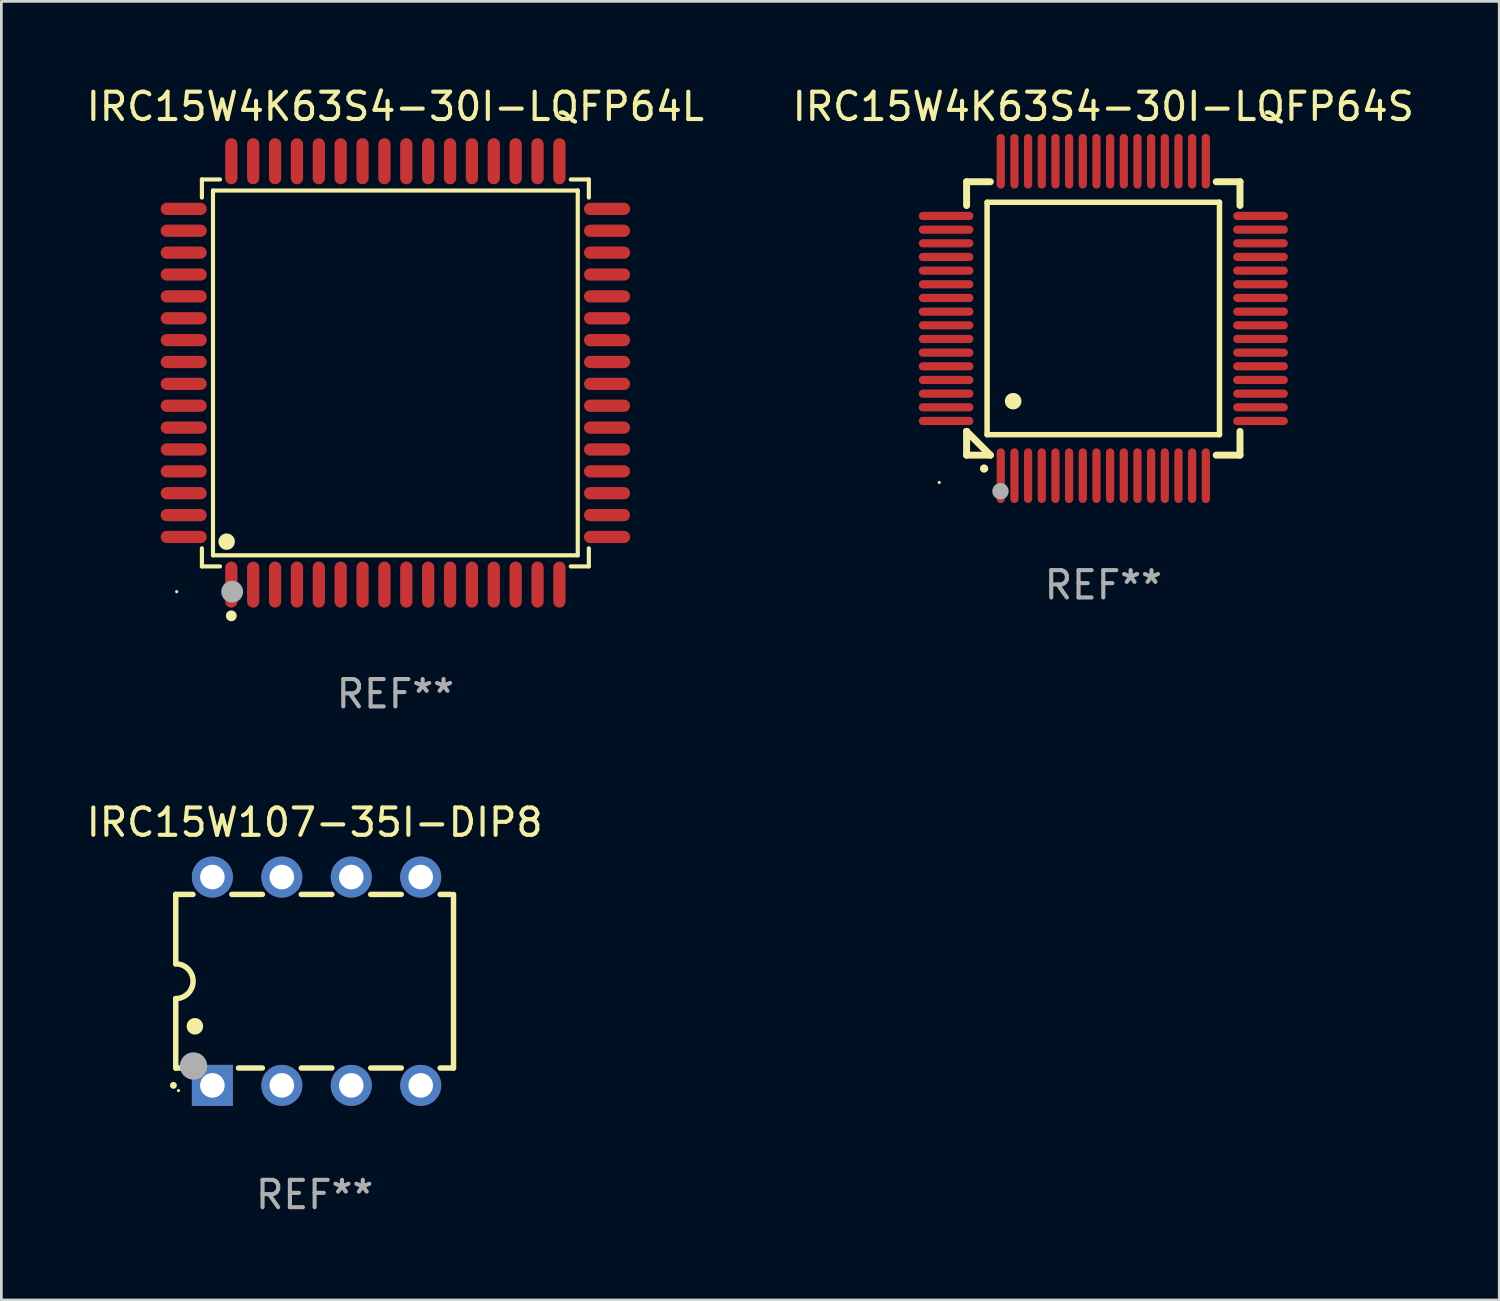
<source format=kicad_pcb>
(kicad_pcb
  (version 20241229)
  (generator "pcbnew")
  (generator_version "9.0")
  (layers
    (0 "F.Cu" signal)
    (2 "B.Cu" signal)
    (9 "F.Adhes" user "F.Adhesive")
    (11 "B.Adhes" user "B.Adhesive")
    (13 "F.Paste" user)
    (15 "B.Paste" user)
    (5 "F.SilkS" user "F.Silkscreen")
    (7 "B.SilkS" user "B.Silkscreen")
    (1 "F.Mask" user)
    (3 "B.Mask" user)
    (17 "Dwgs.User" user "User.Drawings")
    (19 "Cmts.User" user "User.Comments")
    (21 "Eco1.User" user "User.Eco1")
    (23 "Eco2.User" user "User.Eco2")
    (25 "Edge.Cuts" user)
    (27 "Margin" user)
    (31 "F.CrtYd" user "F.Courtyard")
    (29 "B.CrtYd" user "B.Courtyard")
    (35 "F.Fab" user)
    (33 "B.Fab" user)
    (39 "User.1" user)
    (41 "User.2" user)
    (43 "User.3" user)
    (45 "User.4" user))
  (footprint "IRC15W4K63S4-30I-LQFP64S"
    (layer "F.Cu")
    (at 37.304 8.598)
    (property "Reference" "IRC15W4K63S4-30I-LQFP64S" (at 0 -7.75 0) (layer "F.SilkS") (effects (font (size 1 1) (thickness 0.15))))
    (attr through_hole)
    (fp_line (start -5 -5) (end -4.131 -5) (stroke (width 0.254) (type solid)) (layer "F.SilkS"))
    (fp_line (start -5 -4.131) (end -5 -5) (stroke (width 0.254) (type solid)) (layer "F.SilkS"))
    (fp_line (start -5 4.131) (end -5 4.131) (stroke (width 0.254) (type solid)) (layer "F.SilkS"))
    (fp_line (start -5 5) (end -5 4.131) (stroke (width 0.254) (type solid)) (layer "F.SilkS"))
    (fp_line (start -5 4.131) (end -4.131 5) (stroke (width 0.254) (type solid)) (layer "F.SilkS"))
    (fp_line (start -4.25 -4.25) (end -4.25 4.25) (stroke (width 0.2) (type solid)) (layer "F.SilkS"))
    (fp_line (start -4.25 4.25) (end 4.25 4.25) (stroke (width 0.2) (type solid)) (layer "F.SilkS"))
    (fp_line (start -4.131 5) (end -5 5) (stroke (width 0.254) (type solid)) (layer "F.SilkS"))
    (fp_line (start 4.25 -4.25) (end -4.25 -4.25) (stroke (width 0.2) (type solid)) (layer "F.SilkS"))
    (fp_line (start 4.25 4.25) (end 4.25 -4.25) (stroke (width 0.2) (type solid)) (layer "F.SilkS"))
    (fp_line (start 5 -5) (end 4.131 -5) (stroke (width 0.254) (type solid)) (layer "F.SilkS"))
    (fp_line (start 5 -5) (end 5 -4.131) (stroke (width 0.254) (type solid)) (layer "F.SilkS"))
    (fp_line (start 5 4.131) (end 5 5) (stroke (width 0.254) (type solid)) (layer "F.SilkS"))
    (fp_line (start 5 5) (end 4.131 5) (stroke (width 0.254) (type solid)) (layer "F.SilkS"))
    (fp_arc (start -4.361265 5.489992) (mid -4.359995 5.489987) (end -4.358725 5.489992) (stroke (width 0.3) (type solid)) (layer "F.SilkS"))
    (fp_arc (start -3.299467 3.025146) (mid -3.296927 3.025135) (end -3.294387 3.025146) (stroke (width 0.6) (type solid)) (layer "F.SilkS"))
    (fp_circle (center -6 6) (end -5.97 6) (stroke (width 0.06) (type solid)) (fill no) (layer "F.SilkS"))
    (fp_circle (center -3.76 6.32) (end -3.61 6.32) (stroke (width 0.3) (type solid)) (fill no) (layer "F.Fab"))
    (fp_text user "REF**" (at 0 9.75 0) (layer "F.Fab") (effects (font (size 1 1) (thickness 0.15))))
    (pad "1" smd oval (at -3.75 5.75) (size 0.3 2) (layers "F.Cu" "F.Mask" "F.Paste"))
    (pad "2" smd oval (at -3.25 5.75) (size 0.3 2) (layers "F.Cu" "F.Mask" "F.Paste"))
    (pad "3" smd oval (at -2.75 5.75) (size 0.3 2) (layers "F.Cu" "F.Mask" "F.Paste"))
    (pad "4" smd oval (at -2.25 5.75) (size 0.3 2) (layers "F.Cu" "F.Mask" "F.Paste"))
    (pad "5" smd oval (at -1.75 5.75) (size 0.3 2) (layers "F.Cu" "F.Mask" "F.Paste"))
    (pad "6" smd oval (at -1.25 5.75) (size 0.3 2) (layers "F.Cu" "F.Mask" "F.Paste"))
    (pad "7" smd oval (at -0.75 5.75) (size 0.3 2) (layers "F.Cu" "F.Mask" "F.Paste"))
    (pad "8" smd oval (at -0.25 5.75) (size 0.3 2) (layers "F.Cu" "F.Mask" "F.Paste"))
    (pad "9" smd oval (at 0.25 5.75) (size 0.3 2) (layers "F.Cu" "F.Mask" "F.Paste"))
    (pad "10" smd oval (at 0.75 5.75) (size 0.3 2) (layers "F.Cu" "F.Mask" "F.Paste"))
    (pad "11" smd oval (at 1.25 5.75) (size 0.3 2) (layers "F.Cu" "F.Mask" "F.Paste"))
    (pad "12" smd oval (at 1.75 5.75) (size 0.3 2) (layers "F.Cu" "F.Mask" "F.Paste"))
    (pad "13" smd oval (at 2.25 5.75) (size 0.3 2) (layers "F.Cu" "F.Mask" "F.Paste"))
    (pad "14" smd oval (at 2.75 5.75) (size 0.3 2) (layers "F.Cu" "F.Mask" "F.Paste"))
    (pad "15" smd oval (at 3.25 5.75) (size 0.3 2) (layers "F.Cu" "F.Mask" "F.Paste"))
    (pad "16" smd oval (at 3.75 5.75) (size 0.3 2) (layers "F.Cu" "F.Mask" "F.Paste"))
    (pad "17" smd oval (at 5.75 3.75) (size 2 0.3) (layers "F.Cu" "F.Mask" "F.Paste"))
    (pad "18" smd oval (at 5.75 3.25) (size 2 0.3) (layers "F.Cu" "F.Mask" "F.Paste"))
    (pad "19" smd oval (at 5.75 2.75) (size 2 0.3) (layers "F.Cu" "F.Mask" "F.Paste"))
    (pad "20" smd oval (at 5.75 2.25) (size 2 0.3) (layers "F.Cu" "F.Mask" "F.Paste"))
    (pad "21" smd oval (at 5.75 1.75) (size 2 0.3) (layers "F.Cu" "F.Mask" "F.Paste"))
    (pad "22" smd oval (at 5.75 1.25) (size 2 0.3) (layers "F.Cu" "F.Mask" "F.Paste"))
    (pad "23" smd oval (at 5.75 0.75) (size 2 0.3) (layers "F.Cu" "F.Mask" "F.Paste"))
    (pad "24" smd oval (at 5.75 0.25) (size 2 0.3) (layers "F.Cu" "F.Mask" "F.Paste"))
    (pad "25" smd oval (at 5.75 -0.25) (size 2 0.3) (layers "F.Cu" "F.Mask" "F.Paste"))
    (pad "26" smd oval (at 5.75 -0.75) (size 2 0.3) (layers "F.Cu" "F.Mask" "F.Paste"))
    (pad "27" smd oval (at 5.75 -1.25) (size 2 0.3) (layers "F.Cu" "F.Mask" "F.Paste"))
    (pad "28" smd oval (at 5.75 -1.75) (size 2 0.3) (layers "F.Cu" "F.Mask" "F.Paste"))
    (pad "29" smd oval (at 5.75 -2.25) (size 2 0.3) (layers "F.Cu" "F.Mask" "F.Paste"))
    (pad "30" smd oval (at 5.75 -2.75) (size 2 0.3) (layers "F.Cu" "F.Mask" "F.Paste"))
    (pad "31" smd oval (at 5.75 -3.25) (size 2 0.3) (layers "F.Cu" "F.Mask" "F.Paste"))
    (pad "32" smd oval (at 5.75 -3.75) (size 2 0.3) (layers "F.Cu" "F.Mask" "F.Paste"))
    (pad "33" smd oval (at 3.75 -5.75) (size 0.3 2) (layers "F.Cu" "F.Mask" "F.Paste"))
    (pad "34" smd oval (at 3.25 -5.75) (size 0.3 2) (layers "F.Cu" "F.Mask" "F.Paste"))
    (pad "35" smd oval (at 2.75 -5.75) (size 0.3 2) (layers "F.Cu" "F.Mask" "F.Paste"))
    (pad "36" smd oval (at 2.25 -5.75) (size 0.3 2) (layers "F.Cu" "F.Mask" "F.Paste"))
    (pad "37" smd oval (at 1.75 -5.75) (size 0.3 2) (layers "F.Cu" "F.Mask" "F.Paste"))
    (pad "38" smd oval (at 1.25 -5.75) (size 0.3 2) (layers "F.Cu" "F.Mask" "F.Paste"))
    (pad "39" smd oval (at 0.75 -5.75) (size 0.3 2) (layers "F.Cu" "F.Mask" "F.Paste"))
    (pad "40" smd oval (at 0.25 -5.75) (size 0.3 2) (layers "F.Cu" "F.Mask" "F.Paste"))
    (pad "41" smd oval (at -0.25 -5.75) (size 0.3 2) (layers "F.Cu" "F.Mask" "F.Paste"))
    (pad "42" smd oval (at -0.75 -5.75) (size 0.3 2) (layers "F.Cu" "F.Mask" "F.Paste"))
    (pad "43" smd oval (at -1.25 -5.75) (size 0.3 2) (layers "F.Cu" "F.Mask" "F.Paste"))
    (pad "44" smd oval (at -1.75 -5.75) (size 0.3 2) (layers "F.Cu" "F.Mask" "F.Paste"))
    (pad "45" smd oval (at -2.25 -5.75) (size 0.3 2) (layers "F.Cu" "F.Mask" "F.Paste"))
    (pad "46" smd oval (at -2.75 -5.75) (size 0.3 2) (layers "F.Cu" "F.Mask" "F.Paste"))
    (pad "47" smd oval (at -3.25 -5.75) (size 0.3 2) (layers "F.Cu" "F.Mask" "F.Paste"))
    (pad "48" smd oval (at -3.75 -5.75) (size 0.3 2) (layers "F.Cu" "F.Mask" "F.Paste"))
    (pad "49" smd oval (at -5.75 -3.75) (size 2 0.3) (layers "F.Cu" "F.Mask" "F.Paste"))
    (pad "50" smd oval (at -5.75 -3.25) (size 2 0.3) (layers "F.Cu" "F.Mask" "F.Paste"))
    (pad "51" smd oval (at -5.75 -2.75) (size 2 0.3) (layers "F.Cu" "F.Mask" "F.Paste"))
    (pad "52" smd oval (at -5.75 -2.25) (size 2 0.3) (layers "F.Cu" "F.Mask" "F.Paste"))
    (pad "53" smd oval (at -5.75 -1.75) (size 2 0.3) (layers "F.Cu" "F.Mask" "F.Paste"))
    (pad "54" smd oval (at -5.75 -1.25) (size 2 0.3) (layers "F.Cu" "F.Mask" "F.Paste"))
    (pad "55" smd oval (at -5.75 -0.75) (size 2 0.3) (layers "F.Cu" "F.Mask" "F.Paste"))
    (pad "56" smd oval (at -5.75 -0.25) (size 2 0.3) (layers "F.Cu" "F.Mask" "F.Paste"))
    (pad "57" smd oval (at -5.75 0.25) (size 2 0.3) (layers "F.Cu" "F.Mask" "F.Paste"))
    (pad "58" smd oval (at -5.75 0.75) (size 2 0.3) (layers "F.Cu" "F.Mask" "F.Paste"))
    (pad "59" smd oval (at -5.75 1.25) (size 2 0.3) (layers "F.Cu" "F.Mask" "F.Paste"))
    (pad "60" smd oval (at -5.75 1.75) (size 2 0.3) (layers "F.Cu" "F.Mask" "F.Paste"))
    (pad "61" smd oval (at -5.75 2.25) (size 2 0.3) (layers "F.Cu" "F.Mask" "F.Paste"))
    (pad "62" smd oval (at -5.75 2.75) (size 2 0.3) (layers "F.Cu" "F.Mask" "F.Paste"))
    (pad "63" smd oval (at -5.75 3.25) (size 2 0.3) (layers "F.Cu" "F.Mask" "F.Paste"))
    (pad "64" smd oval (at -5.75 3.75) (size 2 0.3) (layers "F.Cu" "F.Mask" "F.Paste")))
  (footprint "IRC15W107-35I-DIP8"
    (layer "F.Cu")
    (at 8.458 32.839)
    (property "Reference" "IRC15W107-35I-DIP8" (at 0 -5.81 0) (layer "F.SilkS") (effects (font (size 1 1) (thickness 0.15))))
    (attr through_hole)
    (fp_line (start -5.08 -3.175) (end -4.451 -3.175) (stroke (width 0.2) (type solid)) (layer "F.SilkS"))
    (fp_line (start -5.08 -0.635) (end -5.08 -3.175) (stroke (width 0.2) (type solid)) (layer "F.SilkS"))
    (fp_line (start -5.08 3.175) (end -5.08 0.635) (stroke (width 0.2) (type solid)) (layer "F.SilkS"))
    (fp_line (start -4.694 3.175) (end -5.08 3.175) (stroke (width 0.2) (type solid)) (layer "F.SilkS"))
    (fp_line (start -3.029 -3.175) (end -1.911 -3.175) (stroke (width 0.2) (type solid)) (layer "F.SilkS"))
    (fp_line (start -1.911 3.175) (end -2.786 3.175) (stroke (width 0.2) (type solid)) (layer "F.SilkS"))
    (fp_line (start -0.489 -3.175) (end 0.629 -3.175) (stroke (width 0.2) (type solid)) (layer "F.SilkS"))
    (fp_line (start 0.629 3.175) (end -0.489 3.175) (stroke (width 0.2) (type solid)) (layer "F.SilkS"))
    (fp_line (start 2.051 -3.175) (end 3.169 -3.175) (stroke (width 0.2) (type solid)) (layer "F.SilkS"))
    (fp_line (start 3.169 3.175) (end 2.051 3.175) (stroke (width 0.2) (type solid)) (layer "F.SilkS"))
    (fp_line (start 4.591 -3.175) (end 4.97 -3.175) (stroke (width 0.2) (type solid)) (layer "F.SilkS"))
    (fp_line (start 5.074 3.175) (end 4.591 3.175) (stroke (width 0.2) (type solid)) (layer "F.SilkS"))
    (fp_line (start 5.08 -3.175) (end 5.08 3.175) (stroke (width 0.2) (type solid)) (layer "F.SilkS"))
    (fp_arc (start -5.164948 3.810008) (mid -5.164955 3.808738) (end -5.164948 3.807468) (stroke (width 0.25) (type solid)) (layer "F.SilkS"))
    (fp_arc (start -5.081128 -0.635001) (mid -4.446127 0) (end -5.081128 0.635001) (stroke (width 0.2) (type solid)) (layer "F.SilkS"))
    (fp_arc (start -4.380086 1.651003) (mid -4.380097 1.648463) (end -4.380086 1.645923) (stroke (width 0.6) (type solid)) (layer "F.SilkS"))
    (fp_circle (center -4.98 4) (end -4.95 4) (stroke (width 0.06) (type solid)) (fill no) (layer "F.SilkS"))
    (fp_circle (center -4.43 3.1) (end -4.18 3.1) (stroke (width 0.5) (type solid)) (fill no) (layer "F.Fab"))
    (fp_text user "REF**" (at 0 7.81 0) (layer "F.Fab") (effects (font (size 1 1) (thickness 0.15))))
    (pad "1" thru_hole rect (at -3.74 3.81) (size 1.5 1.5) (drill 0.9) (layers "*.Cu" "*.Mask"))
    (pad "2" thru_hole circle (at -1.2 3.81) (size 1.5 1.5) (drill 0.9) (layers "*.Cu" "*.Mask"))
    (pad "3" thru_hole circle (at 1.34 3.81) (size 1.5 1.5) (drill 0.9) (layers "*.Cu" "*.Mask"))
    (pad "4" thru_hole circle (at 3.88 3.81) (size 1.5 1.5) (drill 0.9) (layers "*.Cu" "*.Mask"))
    (pad "5" thru_hole circle (at 3.88 -3.81) (size 1.5 1.5) (drill 0.9) (layers "*.Cu" "*.Mask"))
    (pad "6" thru_hole circle (at 1.34 -3.81) (size 1.5 1.5) (drill 0.9) (layers "*.Cu" "*.Mask"))
    (pad "7" thru_hole circle (at -1.2 -3.81) (size 1.5 1.5) (drill 0.9) (layers "*.Cu" "*.Mask"))
    (pad "8" thru_hole circle (at -3.74 -3.81) (size 1.5 1.5) (drill 0.9) (layers "*.Cu" "*.Mask")))
  (footprint "IRC15W4K63S4-30I-LQFP64L"
    (layer "F.Cu")
    (at 11.411 10.59)
    (property "Reference" "IRC15W4K63S4-30I-LQFP64L" (at 0 -9.742 0) (layer "F.SilkS") (effects (font (size 1 1) (thickness 0.15))))
    (attr through_hole)
    (fp_line (start -7.076 -7.076) (end -6.415 -7.076) (stroke (width 0.152) (type solid)) (layer "F.SilkS"))
    (fp_line (start -7.076 -6.415) (end -7.076 -7.076) (stroke (width 0.152) (type solid)) (layer "F.SilkS"))
    (fp_line (start -7.076 6.415) (end -7.076 7.076) (stroke (width 0.152) (type solid)) (layer "F.SilkS"))
    (fp_line (start -7.076 7.076) (end -6.415 7.076) (stroke (width 0.152) (type solid)) (layer "F.SilkS"))
    (fp_line (start -6.671 -6.671) (end 6.671 -6.671) (stroke (width 0.152) (type solid)) (layer "F.SilkS"))
    (fp_line (start -6.671 6.671) (end -6.671 -6.671) (stroke (width 0.152) (type solid)) (layer "F.SilkS"))
    (fp_line (start 6.671 -6.671) (end 6.671 6.671) (stroke (width 0.152) (type solid)) (layer "F.SilkS"))
    (fp_line (start 6.671 6.671) (end -6.671 6.671) (stroke (width 0.152) (type solid)) (layer "F.SilkS"))
    (fp_line (start 7.076 -7.076) (end 6.415 -7.076) (stroke (width 0.152) (type solid)) (layer "F.SilkS"))
    (fp_line (start 7.076 -6.415) (end 7.076 -7.076) (stroke (width 0.152) (type solid)) (layer "F.SilkS"))
    (fp_line (start 7.076 6.415) (end 7.076 7.076) (stroke (width 0.152) (type solid)) (layer "F.SilkS"))
    (fp_line (start 7.076 7.076) (end 6.415 7.076) (stroke (width 0.152) (type solid)) (layer "F.SilkS"))
    (fp_circle (center -8 8) (end -7.97 8) (stroke (width 0.06) (type solid)) (fill no) (layer "F.SilkS"))
    (fp_circle (center -6.171 6.171) (end -6.021 6.171) (stroke (width 0.3) (type solid)) (fill no) (layer "F.SilkS"))
    (fp_circle (center -6 8.884) (end -5.9 8.884) (stroke (width 0.2) (type solid)) (fill no) (layer "F.SilkS"))
    (fp_circle (center -5.969 8.001) (end -5.769 8.001) (stroke (width 0.4) (type solid)) (fill no) (layer "F.Fab"))
    (fp_text user "REF**" (at 0 11.742 0) (layer "F.Fab") (effects (font (size 1 1) (thickness 0.15))))
    (pad "1" smd oval (at -6 7.742) (size 0.448 1.684) (layers "F.Cu" "F.Mask" "F.Paste"))
    (pad "2" smd oval (at -5.2 7.742) (size 0.448 1.684) (layers "F.Cu" "F.Mask" "F.Paste"))
    (pad "3" smd oval (at -4.4 7.742) (size 0.448 1.684) (layers "F.Cu" "F.Mask" "F.Paste"))
    (pad "4" smd oval (at -3.6 7.742) (size 0.448 1.684) (layers "F.Cu" "F.Mask" "F.Paste"))
    (pad "5" smd oval (at -2.8 7.742) (size 0.448 1.684) (layers "F.Cu" "F.Mask" "F.Paste"))
    (pad "6" smd oval (at -2 7.742) (size 0.448 1.684) (layers "F.Cu" "F.Mask" "F.Paste"))
    (pad "7" smd oval (at -1.2 7.742) (size 0.448 1.684) (layers "F.Cu" "F.Mask" "F.Paste"))
    (pad "8" smd oval (at -0.4 7.742) (size 0.448 1.684) (layers "F.Cu" "F.Mask" "F.Paste"))
    (pad "9" smd oval (at 0.4 7.742) (size 0.448 1.684) (layers "F.Cu" "F.Mask" "F.Paste"))
    (pad "10" smd oval (at 1.2 7.742) (size 0.448 1.684) (layers "F.Cu" "F.Mask" "F.Paste"))
    (pad "11" smd oval (at 2 7.742) (size 0.448 1.684) (layers "F.Cu" "F.Mask" "F.Paste"))
    (pad "12" smd oval (at 2.8 7.742) (size 0.448 1.684) (layers "F.Cu" "F.Mask" "F.Paste"))
    (pad "13" smd oval (at 3.6 7.742) (size 0.448 1.684) (layers "F.Cu" "F.Mask" "F.Paste"))
    (pad "14" smd oval (at 4.4 7.742) (size 0.448 1.684) (layers "F.Cu" "F.Mask" "F.Paste"))
    (pad "15" smd oval (at 5.2 7.742) (size 0.448 1.684) (layers "F.Cu" "F.Mask" "F.Paste"))
    (pad "16" smd oval (at 6 7.742) (size 0.448 1.684) (layers "F.Cu" "F.Mask" "F.Paste"))
    (pad "17" smd oval (at 7.742 6) (size 1.684 0.448) (layers "F.Cu" "F.Mask" "F.Paste"))
    (pad "18" smd oval (at 7.742 5.2) (size 1.684 0.448) (layers "F.Cu" "F.Mask" "F.Paste"))
    (pad "19" smd oval (at 7.742 4.4) (size 1.684 0.448) (layers "F.Cu" "F.Mask" "F.Paste"))
    (pad "20" smd oval (at 7.742 3.6) (size 1.684 0.448) (layers "F.Cu" "F.Mask" "F.Paste"))
    (pad "21" smd oval (at 7.742 2.8) (size 1.684 0.448) (layers "F.Cu" "F.Mask" "F.Paste"))
    (pad "22" smd oval (at 7.742 2) (size 1.684 0.448) (layers "F.Cu" "F.Mask" "F.Paste"))
    (pad "23" smd oval (at 7.742 1.2) (size 1.684 0.448) (layers "F.Cu" "F.Mask" "F.Paste"))
    (pad "24" smd oval (at 7.742 0.4) (size 1.684 0.448) (layers "F.Cu" "F.Mask" "F.Paste"))
    (pad "25" smd oval (at 7.742 -0.4) (size 1.684 0.448) (layers "F.Cu" "F.Mask" "F.Paste"))
    (pad "26" smd oval (at 7.742 -1.2) (size 1.684 0.448) (layers "F.Cu" "F.Mask" "F.Paste"))
    (pad "27" smd oval (at 7.742 -2) (size 1.684 0.448) (layers "F.Cu" "F.Mask" "F.Paste"))
    (pad "28" smd oval (at 7.742 -2.8) (size 1.684 0.448) (layers "F.Cu" "F.Mask" "F.Paste"))
    (pad "29" smd oval (at 7.742 -3.6) (size 1.684 0.448) (layers "F.Cu" "F.Mask" "F.Paste"))
    (pad "30" smd oval (at 7.742 -4.4) (size 1.684 0.448) (layers "F.Cu" "F.Mask" "F.Paste"))
    (pad "31" smd oval (at 7.742 -5.2) (size 1.684 0.448) (layers "F.Cu" "F.Mask" "F.Paste"))
    (pad "32" smd oval (at 7.742 -6) (size 1.684 0.448) (layers "F.Cu" "F.Mask" "F.Paste"))
    (pad "33" smd oval (at 6 -7.742) (size 0.448 1.684) (layers "F.Cu" "F.Mask" "F.Paste"))
    (pad "34" smd oval (at 5.2 -7.742) (size 0.448 1.684) (layers "F.Cu" "F.Mask" "F.Paste"))
    (pad "35" smd oval (at 4.4 -7.742) (size 0.448 1.684) (layers "F.Cu" "F.Mask" "F.Paste"))
    (pad "36" smd oval (at 3.6 -7.742) (size 0.448 1.684) (layers "F.Cu" "F.Mask" "F.Paste"))
    (pad "37" smd oval (at 2.8 -7.742) (size 0.448 1.684) (layers "F.Cu" "F.Mask" "F.Paste"))
    (pad "38" smd oval (at 2 -7.742) (size 0.448 1.684) (layers "F.Cu" "F.Mask" "F.Paste"))
    (pad "39" smd oval (at 1.2 -7.742) (size 0.448 1.684) (layers "F.Cu" "F.Mask" "F.Paste"))
    (pad "40" smd oval (at 0.4 -7.742) (size 0.448 1.684) (layers "F.Cu" "F.Mask" "F.Paste"))
    (pad "41" smd oval (at -0.4 -7.742) (size 0.448 1.684) (layers "F.Cu" "F.Mask" "F.Paste"))
    (pad "42" smd oval (at -1.2 -7.742) (size 0.448 1.684) (layers "F.Cu" "F.Mask" "F.Paste"))
    (pad "43" smd oval (at -2 -7.742) (size 0.448 1.684) (layers "F.Cu" "F.Mask" "F.Paste"))
    (pad "44" smd oval (at -2.8 -7.742) (size 0.448 1.684) (layers "F.Cu" "F.Mask" "F.Paste"))
    (pad "45" smd oval (at -3.6 -7.742) (size 0.448 1.684) (layers "F.Cu" "F.Mask" "F.Paste"))
    (pad "46" smd oval (at -4.4 -7.742) (size 0.448 1.684) (layers "F.Cu" "F.Mask" "F.Paste"))
    (pad "47" smd oval (at -5.2 -7.742) (size 0.448 1.684) (layers "F.Cu" "F.Mask" "F.Paste"))
    (pad "48" smd oval (at -6 -7.742) (size 0.448 1.684) (layers "F.Cu" "F.Mask" "F.Paste"))
    (pad "49" smd oval (at -7.742 -6) (size 1.684 0.448) (layers "F.Cu" "F.Mask" "F.Paste"))
    (pad "50" smd oval (at -7.742 -5.2) (size 1.684 0.448) (layers "F.Cu" "F.Mask" "F.Paste"))
    (pad "51" smd oval (at -7.742 -4.4) (size 1.684 0.448) (layers "F.Cu" "F.Mask" "F.Paste"))
    (pad "52" smd oval (at -7.742 -3.6) (size 1.684 0.448) (layers "F.Cu" "F.Mask" "F.Paste"))
    (pad "53" smd oval (at -7.742 -2.8) (size 1.684 0.448) (layers "F.Cu" "F.Mask" "F.Paste"))
    (pad "54" smd oval (at -7.742 -2) (size 1.684 0.448) (layers "F.Cu" "F.Mask" "F.Paste"))
    (pad "55" smd oval (at -7.742 -1.2) (size 1.684 0.448) (layers "F.Cu" "F.Mask" "F.Paste"))
    (pad "56" smd oval (at -7.742 -0.4) (size 1.684 0.448) (layers "F.Cu" "F.Mask" "F.Paste"))
    (pad "57" smd oval (at -7.742 0.4) (size 1.684 0.448) (layers "F.Cu" "F.Mask" "F.Paste"))
    (pad "58" smd oval (at -7.742 1.2) (size 1.684 0.448) (layers "F.Cu" "F.Mask" "F.Paste"))
    (pad "59" smd oval (at -7.742 2) (size 1.684 0.448) (layers "F.Cu" "F.Mask" "F.Paste"))
    (pad "60" smd oval (at -7.742 2.8) (size 1.684 0.448) (layers "F.Cu" "F.Mask" "F.Paste"))
    (pad "61" smd oval (at -7.742 3.6) (size 1.684 0.448) (layers "F.Cu" "F.Mask" "F.Paste"))
    (pad "62" smd oval (at -7.742 4.4) (size 1.684 0.448) (layers "F.Cu" "F.Mask" "F.Paste"))
    (pad "63" smd oval (at -7.742 5.2) (size 1.684 0.448) (layers "F.Cu" "F.Mask" "F.Paste"))
    (pad "64" smd oval (at -7.742 6) (size 1.684 0.448) (layers "F.Cu" "F.Mask" "F.Paste")))
  (gr_rect
    (start -3 -3)
    (end 51.786 44.497)
    (stroke (width 0.1) (type default))
    (fill no)
    (layer "Edge.Cuts")))
</source>
